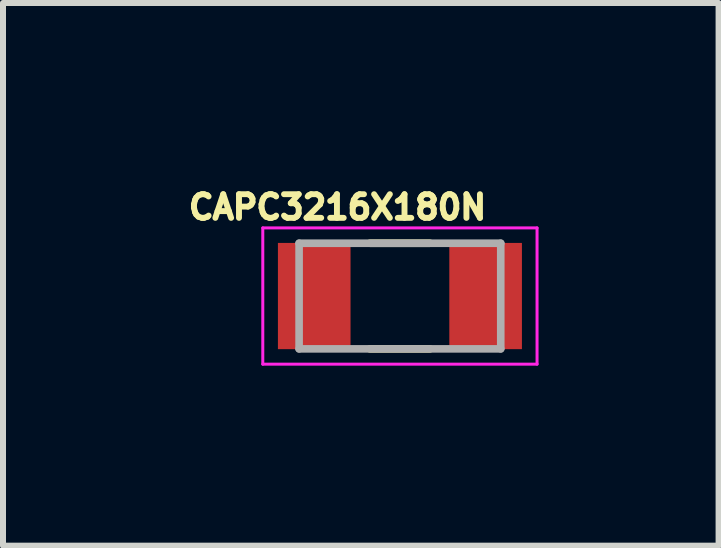
<source format=kicad_pcb>
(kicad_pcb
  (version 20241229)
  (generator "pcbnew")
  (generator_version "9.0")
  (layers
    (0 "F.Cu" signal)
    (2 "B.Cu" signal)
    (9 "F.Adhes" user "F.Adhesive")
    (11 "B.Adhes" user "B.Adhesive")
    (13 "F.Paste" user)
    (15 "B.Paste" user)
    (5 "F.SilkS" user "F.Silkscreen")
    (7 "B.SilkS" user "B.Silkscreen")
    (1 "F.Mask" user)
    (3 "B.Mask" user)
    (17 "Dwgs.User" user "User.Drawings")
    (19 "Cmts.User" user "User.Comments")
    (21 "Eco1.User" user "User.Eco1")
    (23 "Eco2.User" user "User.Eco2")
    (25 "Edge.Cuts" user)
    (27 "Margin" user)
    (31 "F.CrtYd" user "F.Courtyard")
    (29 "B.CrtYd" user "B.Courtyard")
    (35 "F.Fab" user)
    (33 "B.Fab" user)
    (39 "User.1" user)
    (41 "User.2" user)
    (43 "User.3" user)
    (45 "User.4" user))
  (footprint "CAPC3216X180N"
    (layer "F.Cu")
    (at 3.614 1.883)
    (property "Reference" "CAPC3216X180N" (at -1.04 -1.48 0) (layer "F.SilkS") (effects (font (size 0.394 0.394) (thickness 0.15))))
    (attr through_hole)
    (fp_line (start -0.5 -0.88) (end 0.5 -0.88) (stroke (width 0.127) (type solid)) (layer "F.SilkS"))
    (fp_line (start -0.5 0.88) (end 0.5 0.88) (stroke (width 0.127) (type solid)) (layer "F.SilkS"))
    (fp_line (start -2.285 -1.135) (end 2.285 -1.135) (stroke (width 0.05) (type solid)) (layer "F.CrtYd"))
    (fp_line (start -2.285 1.135) (end -2.285 -1.135) (stroke (width 0.05) (type solid)) (layer "F.CrtYd"))
    (fp_line (start -2.285 1.135) (end 2.285 1.135) (stroke (width 0.05) (type solid)) (layer "F.CrtYd"))
    (fp_line (start 2.285 1.135) (end 2.285 -1.135) (stroke (width 0.05) (type solid)) (layer "F.CrtYd"))
    (fp_line (start -1.68 0.88) (end -1.68 -0.88) (stroke (width 0.127) (type solid)) (layer "F.Fab"))
    (fp_line (start 1.68 -0.88) (end -1.68 -0.88) (stroke (width 0.127) (type solid)) (layer "F.Fab"))
    (fp_line (start 1.68 0.88) (end -1.68 0.88) (stroke (width 0.127) (type solid)) (layer "F.Fab"))
    (fp_line (start 1.68 0.88) (end 1.68 -0.88) (stroke (width 0.127) (type solid)) (layer "F.Fab"))
    (pad "1" smd rect (at -1.428 0) (size 1.21 1.77) (layers "F.Cu" "F.Mask" "F.Paste"))
    (pad "2" smd rect (at 1.428 0) (size 1.21 1.77) (layers "F.Cu" "F.Mask" "F.Paste")))
  (gr_rect
    (start -3 -3)
    (end 8.924 6.043)
    (stroke (width 0.1) (type default))
    (fill no)
    (layer "Edge.Cuts")))
</source>
